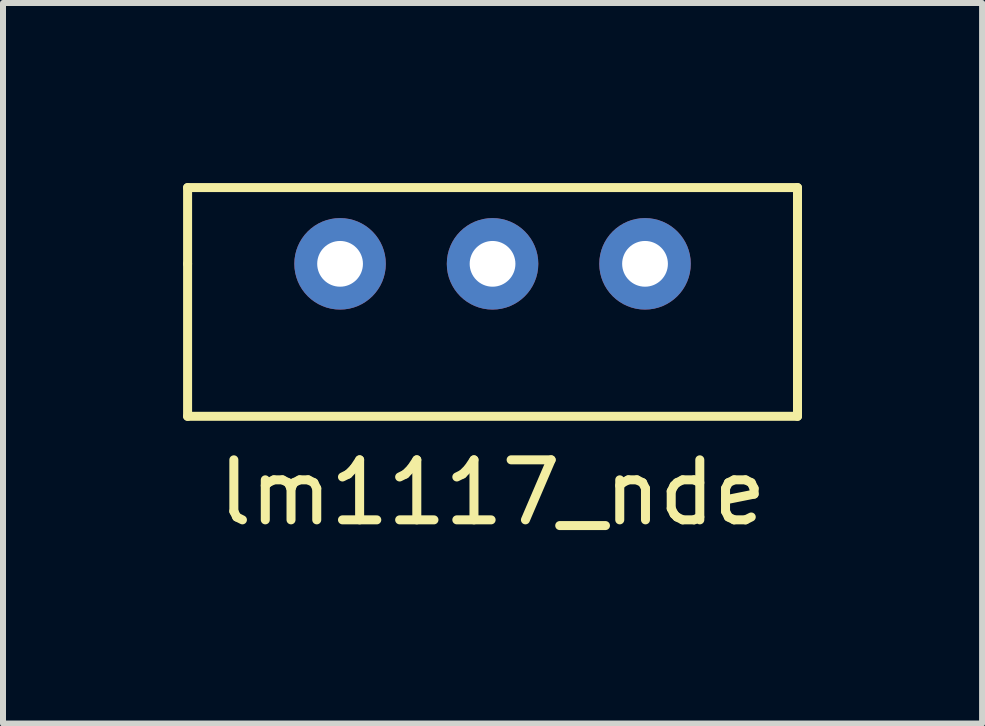
<source format=kicad_pcb>
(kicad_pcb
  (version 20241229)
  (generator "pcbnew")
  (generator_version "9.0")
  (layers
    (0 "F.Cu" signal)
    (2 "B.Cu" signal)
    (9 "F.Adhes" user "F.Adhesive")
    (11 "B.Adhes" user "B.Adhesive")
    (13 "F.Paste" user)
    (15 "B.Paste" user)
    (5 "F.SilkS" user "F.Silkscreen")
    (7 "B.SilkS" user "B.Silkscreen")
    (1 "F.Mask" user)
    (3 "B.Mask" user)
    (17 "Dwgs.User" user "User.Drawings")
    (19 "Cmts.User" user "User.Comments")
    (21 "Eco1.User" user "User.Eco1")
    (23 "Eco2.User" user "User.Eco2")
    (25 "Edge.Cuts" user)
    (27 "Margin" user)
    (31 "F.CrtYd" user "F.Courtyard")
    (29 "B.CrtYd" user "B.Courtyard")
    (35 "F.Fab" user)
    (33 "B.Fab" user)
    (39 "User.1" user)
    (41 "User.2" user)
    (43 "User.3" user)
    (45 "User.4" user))
  (footprint "lm1117_nde"
    (layer "F.Cu")
    (at 5.155 1.345)
    (property "Reference" "lm1117_nde" (at 0 3.81 0) (layer "F.SilkS") (effects (font (size 1 1) (thickness 0.15))))
    (attr through_hole)
    (fp_line (start -5.08 -1.27) (end -5.08 0) (stroke (width 0.15) (type solid)) (layer "F.SilkS"))
    (fp_line (start -5.08 0) (end -5.08 2.54) (stroke (width 0.15) (type solid)) (layer "F.SilkS"))
    (fp_line (start -5.08 2.54) (end 5.08 2.54) (stroke (width 0.15) (type solid)) (layer "F.SilkS"))
    (fp_line (start 5.08 -1.27) (end -5.08 -1.27) (stroke (width 0.15) (type solid)) (layer "F.SilkS"))
    (fp_line (start 5.08 0) (end 5.08 -1.27) (stroke (width 0.15) (type solid)) (layer "F.SilkS"))
    (fp_line (start 5.08 2.54) (end 5.08 0) (stroke (width 0.15) (type solid)) (layer "F.SilkS"))
    (pad "1" thru_hole circle (at -2.54 0) (size 1.524 1.524) (drill 0.762) (layers "*.Cu" "*.Mask"))
    (pad "2" thru_hole circle (at 0 0) (size 1.524 1.524) (drill 0.762) (layers "*.Cu" "*.Mask"))
    (pad "3" thru_hole circle (at 2.54 0) (size 1.524 1.524) (drill 0.762) (layers "*.Cu" "*.Mask")))
  (gr_rect
    (start -3 -3)
    (end 13.31 9.003)
    (stroke (width 0.1) (type default))
    (fill no)
    (layer "Edge.Cuts")))
</source>
